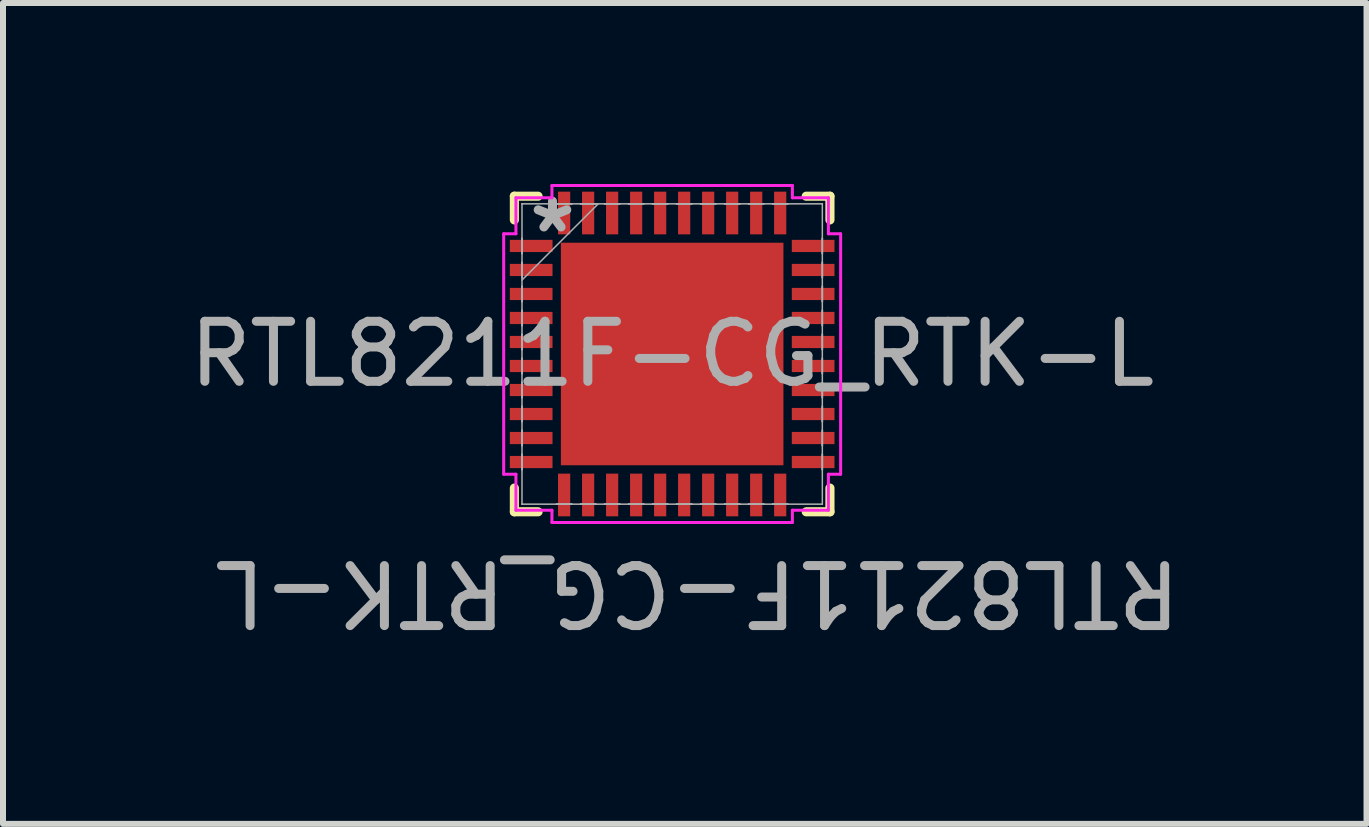
<source format=kicad_pcb>
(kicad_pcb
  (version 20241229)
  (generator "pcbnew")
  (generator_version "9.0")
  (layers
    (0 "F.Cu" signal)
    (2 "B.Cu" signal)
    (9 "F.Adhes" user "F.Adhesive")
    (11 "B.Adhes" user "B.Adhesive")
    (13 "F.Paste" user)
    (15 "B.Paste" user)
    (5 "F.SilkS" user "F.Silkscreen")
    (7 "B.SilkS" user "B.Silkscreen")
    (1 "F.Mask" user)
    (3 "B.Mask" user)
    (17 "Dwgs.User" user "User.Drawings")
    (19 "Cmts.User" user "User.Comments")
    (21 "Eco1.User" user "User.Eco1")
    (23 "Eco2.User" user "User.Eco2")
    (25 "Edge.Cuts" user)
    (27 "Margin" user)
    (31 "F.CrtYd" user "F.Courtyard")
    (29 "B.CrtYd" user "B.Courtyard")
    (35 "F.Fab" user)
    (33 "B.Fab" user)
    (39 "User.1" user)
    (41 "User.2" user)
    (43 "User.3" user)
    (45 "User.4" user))
  (footprint "RTL8211F-CG_RTK-L"
    (layer "F.Cu")
    (at 8.149 2.848)
    (property "Reference" "RTL8211F-CG_RTK-L" (at 0.42 3.98 180) (unlocked yes) (layer "F.Fab") (effects (font (size 1 1) (thickness 0.15))))
    (attr smd)
    (fp_line (start -2.629 -2.629) (end -2.629 -2.234) (stroke (width 0.152) (type solid)) (layer "F.SilkS"))
    (fp_line (start -2.629 2.234) (end -2.629 2.629) (stroke (width 0.152) (type solid)) (layer "F.SilkS"))
    (fp_line (start -2.629 2.629) (end -2.234 2.629) (stroke (width 0.152) (type solid)) (layer "F.SilkS"))
    (fp_line (start -2.234 -2.629) (end -2.629 -2.629) (stroke (width 0.152) (type solid)) (layer "F.SilkS"))
    (fp_line (start 2.234 2.629) (end 2.629 2.629) (stroke (width 0.152) (type solid)) (layer "F.SilkS"))
    (fp_line (start 2.629 -2.629) (end 2.234 -2.629) (stroke (width 0.152) (type solid)) (layer "F.SilkS"))
    (fp_line (start 2.629 -2.234) (end 2.629 -2.629) (stroke (width 0.152) (type solid)) (layer "F.SilkS"))
    (fp_line (start 2.629 2.629) (end 2.629 2.234) (stroke (width 0.152) (type solid)) (layer "F.SilkS"))
    (fp_poly (pts (xy -1.55 -1.55) (xy -1.55 -0.15) (xy -0.15 -0.15) (xy -0.15 -1.55)) (stroke (width 0) (type solid)) (fill yes) (layer "F.Paste"))
    (fp_poly (pts (xy -1.55 0.15) (xy -1.55 1.55) (xy -0.15 1.55) (xy -0.15 0.15)) (stroke (width 0) (type solid)) (fill yes) (layer "F.Paste"))
    (fp_poly (pts (xy 0.15 -1.55) (xy 0.15 -0.15) (xy 1.55 -0.15) (xy 1.55 -1.55)) (stroke (width 0) (type solid)) (fill yes) (layer "F.Paste"))
    (fp_poly (pts (xy 0.15 0.15) (xy 0.15 1.55) (xy 1.55 1.55) (xy 1.55 0.15)) (stroke (width 0) (type solid)) (fill yes) (layer "F.Paste"))
    (fp_line (start -2.807 -2.003) (end -2.603 -2.003) (stroke (width 0.05) (type solid)) (layer "F.CrtYd"))
    (fp_line (start -2.807 2.003) (end -2.807 -2.003) (stroke (width 0.05) (type solid)) (layer "F.CrtYd"))
    (fp_line (start -2.603 -2.603) (end -2.003 -2.603) (stroke (width 0.05) (type solid)) (layer "F.CrtYd"))
    (fp_line (start -2.603 -2.003) (end -2.603 -2.603) (stroke (width 0.05) (type solid)) (layer "F.CrtYd"))
    (fp_line (start -2.603 2.003) (end -2.807 2.003) (stroke (width 0.05) (type solid)) (layer "F.CrtYd"))
    (fp_line (start -2.603 2.603) (end -2.603 2.003) (stroke (width 0.05) (type solid)) (layer "F.CrtYd"))
    (fp_line (start -2.003 -2.807) (end 2.003 -2.807) (stroke (width 0.05) (type solid)) (layer "F.CrtYd"))
    (fp_line (start -2.003 -2.603) (end -2.003 -2.807) (stroke (width 0.05) (type solid)) (layer "F.CrtYd"))
    (fp_line (start -2.003 2.603) (end -2.603 2.603) (stroke (width 0.05) (type solid)) (layer "F.CrtYd"))
    (fp_line (start -2.003 2.807) (end -2.003 2.603) (stroke (width 0.05) (type solid)) (layer "F.CrtYd"))
    (fp_line (start 2.003 -2.807) (end 2.003 -2.603) (stroke (width 0.05) (type solid)) (layer "F.CrtYd"))
    (fp_line (start 2.003 -2.603) (end 2.603 -2.603) (stroke (width 0.05) (type solid)) (layer "F.CrtYd"))
    (fp_line (start 2.003 2.603) (end 2.003 2.807) (stroke (width 0.05) (type solid)) (layer "F.CrtYd"))
    (fp_line (start 2.003 2.807) (end -2.003 2.807) (stroke (width 0.05) (type solid)) (layer "F.CrtYd"))
    (fp_line (start 2.603 -2.603) (end 2.603 -2.003) (stroke (width 0.05) (type solid)) (layer "F.CrtYd"))
    (fp_line (start 2.603 -2.003) (end 2.807 -2.003) (stroke (width 0.05) (type solid)) (layer "F.CrtYd"))
    (fp_line (start 2.603 2.003) (end 2.603 2.603) (stroke (width 0.05) (type solid)) (layer "F.CrtYd"))
    (fp_line (start 2.603 2.603) (end 2.003 2.603) (stroke (width 0.05) (type solid)) (layer "F.CrtYd"))
    (fp_line (start 2.807 -2.003) (end 2.807 2.003) (stroke (width 0.05) (type solid)) (layer "F.CrtYd"))
    (fp_line (start 2.807 2.003) (end 2.603 2.003) (stroke (width 0.05) (type solid)) (layer "F.CrtYd"))
    (fp_line (start -2.502 -2.502) (end -2.502 -2.502) (stroke (width 0.025) (type solid)) (layer "F.Fab"))
    (fp_line (start -2.502 -2.502) (end -2.502 2.502) (stroke (width 0.025) (type solid)) (layer "F.Fab"))
    (fp_line (start -2.502 -1.927) (end -2.502 -1.927) (stroke (width 0.025) (type solid)) (layer "F.Fab"))
    (fp_line (start -2.502 -1.927) (end -2.502 -1.673) (stroke (width 0.025) (type solid)) (layer "F.Fab"))
    (fp_line (start -2.502 -1.673) (end -2.502 -1.927) (stroke (width 0.025) (type solid)) (layer "F.Fab"))
    (fp_line (start -2.502 -1.673) (end -2.502 -1.673) (stroke (width 0.025) (type solid)) (layer "F.Fab"))
    (fp_line (start -2.502 -1.527) (end -2.502 -1.527) (stroke (width 0.025) (type solid)) (layer "F.Fab"))
    (fp_line (start -2.502 -1.527) (end -2.502 -1.273) (stroke (width 0.025) (type solid)) (layer "F.Fab"))
    (fp_line (start -2.502 -1.273) (end -2.502 -1.527) (stroke (width 0.025) (type solid)) (layer "F.Fab"))
    (fp_line (start -2.502 -1.273) (end -2.502 -1.273) (stroke (width 0.025) (type solid)) (layer "F.Fab"))
    (fp_line (start -2.502 -1.232) (end -1.232 -2.502) (stroke (width 0.025) (type solid)) (layer "F.Fab"))
    (fp_line (start -2.502 -1.127) (end -2.502 -1.127) (stroke (width 0.025) (type solid)) (layer "F.Fab"))
    (fp_line (start -2.502 -1.127) (end -2.502 -0.873) (stroke (width 0.025) (type solid)) (layer "F.Fab"))
    (fp_line (start -2.502 -0.873) (end -2.502 -1.127) (stroke (width 0.025) (type solid)) (layer "F.Fab"))
    (fp_line (start -2.502 -0.873) (end -2.502 -0.873) (stroke (width 0.025) (type solid)) (layer "F.Fab"))
    (fp_line (start -2.502 -0.727) (end -2.502 -0.727) (stroke (width 0.025) (type solid)) (layer "F.Fab"))
    (fp_line (start -2.502 -0.727) (end -2.502 -0.473) (stroke (width 0.025) (type solid)) (layer "F.Fab"))
    (fp_line (start -2.502 -0.473) (end -2.502 -0.727) (stroke (width 0.025) (type solid)) (layer "F.Fab"))
    (fp_line (start -2.502 -0.473) (end -2.502 -0.473) (stroke (width 0.025) (type solid)) (layer "F.Fab"))
    (fp_line (start -2.502 -0.327) (end -2.502 -0.327) (stroke (width 0.025) (type solid)) (layer "F.Fab"))
    (fp_line (start -2.502 -0.327) (end -2.502 -0.073) (stroke (width 0.025) (type solid)) (layer "F.Fab"))
    (fp_line (start -2.502 -0.073) (end -2.502 -0.327) (stroke (width 0.025) (type solid)) (layer "F.Fab"))
    (fp_line (start -2.502 -0.073) (end -2.502 -0.073) (stroke (width 0.025) (type solid)) (layer "F.Fab"))
    (fp_line (start -2.502 0.073) (end -2.502 0.073) (stroke (width 0.025) (type solid)) (layer "F.Fab"))
    (fp_line (start -2.502 0.073) (end -2.502 0.327) (stroke (width 0.025) (type solid)) (layer "F.Fab"))
    (fp_line (start -2.502 0.327) (end -2.502 0.073) (stroke (width 0.025) (type solid)) (layer "F.Fab"))
    (fp_line (start -2.502 0.327) (end -2.502 0.327) (stroke (width 0.025) (type solid)) (layer "F.Fab"))
    (fp_line (start -2.502 0.473) (end -2.502 0.473) (stroke (width 0.025) (type solid)) (layer "F.Fab"))
    (fp_line (start -2.502 0.473) (end -2.502 0.727) (stroke (width 0.025) (type solid)) (layer "F.Fab"))
    (fp_line (start -2.502 0.727) (end -2.502 0.473) (stroke (width 0.025) (type solid)) (layer "F.Fab"))
    (fp_line (start -2.502 0.727) (end -2.502 0.727) (stroke (width 0.025) (type solid)) (layer "F.Fab"))
    (fp_line (start -2.502 0.873) (end -2.502 0.873) (stroke (width 0.025) (type solid)) (layer "F.Fab"))
    (fp_line (start -2.502 0.873) (end -2.502 1.127) (stroke (width 0.025) (type solid)) (layer "F.Fab"))
    (fp_line (start -2.502 1.127) (end -2.502 0.873) (stroke (width 0.025) (type solid)) (layer "F.Fab"))
    (fp_line (start -2.502 1.127) (end -2.502 1.127) (stroke (width 0.025) (type solid)) (layer "F.Fab"))
    (fp_line (start -2.502 1.273) (end -2.502 1.273) (stroke (width 0.025) (type solid)) (layer "F.Fab"))
    (fp_line (start -2.502 1.273) (end -2.502 1.527) (stroke (width 0.025) (type solid)) (layer "F.Fab"))
    (fp_line (start -2.502 1.527) (end -2.502 1.273) (stroke (width 0.025) (type solid)) (layer "F.Fab"))
    (fp_line (start -2.502 1.527) (end -2.502 1.527) (stroke (width 0.025) (type solid)) (layer "F.Fab"))
    (fp_line (start -2.502 1.673) (end -2.502 1.673) (stroke (width 0.025) (type solid)) (layer "F.Fab"))
    (fp_line (start -2.502 1.673) (end -2.502 1.927) (stroke (width 0.025) (type solid)) (layer "F.Fab"))
    (fp_line (start -2.502 1.927) (end -2.502 1.673) (stroke (width 0.025) (type solid)) (layer "F.Fab"))
    (fp_line (start -2.502 1.927) (end -2.502 1.927) (stroke (width 0.025) (type solid)) (layer "F.Fab"))
    (fp_line (start -2.502 2.502) (end -2.502 2.502) (stroke (width 0.025) (type solid)) (layer "F.Fab"))
    (fp_line (start -2.502 2.502) (end 2.502 2.502) (stroke (width 0.025) (type solid)) (layer "F.Fab"))
    (fp_line (start -1.927 -2.502) (end -1.927 -2.502) (stroke (width 0.025) (type solid)) (layer "F.Fab"))
    (fp_line (start -1.927 -2.502) (end -1.673 -2.502) (stroke (width 0.025) (type solid)) (layer "F.Fab"))
    (fp_line (start -1.927 2.502) (end -1.927 2.502) (stroke (width 0.025) (type solid)) (layer "F.Fab"))
    (fp_line (start -1.927 2.502) (end -1.673 2.502) (stroke (width 0.025) (type solid)) (layer "F.Fab"))
    (fp_line (start -1.673 -2.502) (end -1.927 -2.502) (stroke (width 0.025) (type solid)) (layer "F.Fab"))
    (fp_line (start -1.673 -2.502) (end -1.673 -2.502) (stroke (width 0.025) (type solid)) (layer "F.Fab"))
    (fp_line (start -1.673 2.502) (end -1.927 2.502) (stroke (width 0.025) (type solid)) (layer "F.Fab"))
    (fp_line (start -1.673 2.502) (end -1.673 2.502) (stroke (width 0.025) (type solid)) (layer "F.Fab"))
    (fp_line (start -1.527 -2.502) (end -1.527 -2.502) (stroke (width 0.025) (type solid)) (layer "F.Fab"))
    (fp_line (start -1.527 -2.502) (end -1.273 -2.502) (stroke (width 0.025) (type solid)) (layer "F.Fab"))
    (fp_line (start -1.527 2.502) (end -1.527 2.502) (stroke (width 0.025) (type solid)) (layer "F.Fab"))
    (fp_line (start -1.527 2.502) (end -1.273 2.502) (stroke (width 0.025) (type solid)) (layer "F.Fab"))
    (fp_line (start -1.273 -2.502) (end -1.527 -2.502) (stroke (width 0.025) (type solid)) (layer "F.Fab"))
    (fp_line (start -1.273 -2.502) (end -1.273 -2.502) (stroke (width 0.025) (type solid)) (layer "F.Fab"))
    (fp_line (start -1.273 2.502) (end -1.527 2.502) (stroke (width 0.025) (type solid)) (layer "F.Fab"))
    (fp_line (start -1.273 2.502) (end -1.273 2.502) (stroke (width 0.025) (type solid)) (layer "F.Fab"))
    (fp_line (start -1.127 -2.502) (end -1.127 -2.502) (stroke (width 0.025) (type solid)) (layer "F.Fab"))
    (fp_line (start -1.127 -2.502) (end -0.873 -2.502) (stroke (width 0.025) (type solid)) (layer "F.Fab"))
    (fp_line (start -1.127 2.502) (end -1.127 2.502) (stroke (width 0.025) (type solid)) (layer "F.Fab"))
    (fp_line (start -1.127 2.502) (end -0.873 2.502) (stroke (width 0.025) (type solid)) (layer "F.Fab"))
    (fp_line (start -0.873 -2.502) (end -1.127 -2.502) (stroke (width 0.025) (type solid)) (layer "F.Fab"))
    (fp_line (start -0.873 -2.502) (end -0.873 -2.502) (stroke (width 0.025) (type solid)) (layer "F.Fab"))
    (fp_line (start -0.873 2.502) (end -1.127 2.502) (stroke (width 0.025) (type solid)) (layer "F.Fab"))
    (fp_line (start -0.873 2.502) (end -0.873 2.502) (stroke (width 0.025) (type solid)) (layer "F.Fab"))
    (fp_line (start -0.727 -2.502) (end -0.727 -2.502) (stroke (width 0.025) (type solid)) (layer "F.Fab"))
    (fp_line (start -0.727 -2.502) (end -0.473 -2.502) (stroke (width 0.025) (type solid)) (layer "F.Fab"))
    (fp_line (start -0.727 2.502) (end -0.727 2.502) (stroke (width 0.025) (type solid)) (layer "F.Fab"))
    (fp_line (start -0.727 2.502) (end -0.473 2.502) (stroke (width 0.025) (type solid)) (layer "F.Fab"))
    (fp_line (start -0.473 -2.502) (end -0.727 -2.502) (stroke (width 0.025) (type solid)) (layer "F.Fab"))
    (fp_line (start -0.473 -2.502) (end -0.473 -2.502) (stroke (width 0.025) (type solid)) (layer "F.Fab"))
    (fp_line (start -0.473 2.502) (end -0.727 2.502) (stroke (width 0.025) (type solid)) (layer "F.Fab"))
    (fp_line (start -0.473 2.502) (end -0.473 2.502) (stroke (width 0.025) (type solid)) (layer "F.Fab"))
    (fp_line (start -0.327 -2.502) (end -0.327 -2.502) (stroke (width 0.025) (type solid)) (layer "F.Fab"))
    (fp_line (start -0.327 -2.502) (end -0.073 -2.502) (stroke (width 0.025) (type solid)) (layer "F.Fab"))
    (fp_line (start -0.327 2.502) (end -0.327 2.502) (stroke (width 0.025) (type solid)) (layer "F.Fab"))
    (fp_line (start -0.327 2.502) (end -0.073 2.502) (stroke (width 0.025) (type solid)) (layer "F.Fab"))
    (fp_line (start -0.073 -2.502) (end -0.327 -2.502) (stroke (width 0.025) (type solid)) (layer "F.Fab"))
    (fp_line (start -0.073 -2.502) (end -0.073 -2.502) (stroke (width 0.025) (type solid)) (layer "F.Fab"))
    (fp_line (start -0.073 2.502) (end -0.327 2.502) (stroke (width 0.025) (type solid)) (layer "F.Fab"))
    (fp_line (start -0.073 2.502) (end -0.073 2.502) (stroke (width 0.025) (type solid)) (layer "F.Fab"))
    (fp_line (start 0.073 -2.502) (end 0.073 -2.502) (stroke (width 0.025) (type solid)) (layer "F.Fab"))
    (fp_line (start 0.073 -2.502) (end 0.327 -2.502) (stroke (width 0.025) (type solid)) (layer "F.Fab"))
    (fp_line (start 0.073 2.502) (end 0.073 2.502) (stroke (width 0.025) (type solid)) (layer "F.Fab"))
    (fp_line (start 0.073 2.502) (end 0.327 2.502) (stroke (width 0.025) (type solid)) (layer "F.Fab"))
    (fp_line (start 0.327 -2.502) (end 0.073 -2.502) (stroke (width 0.025) (type solid)) (layer "F.Fab"))
    (fp_line (start 0.327 -2.502) (end 0.327 -2.502) (stroke (width 0.025) (type solid)) (layer "F.Fab"))
    (fp_line (start 0.327 2.502) (end 0.073 2.502) (stroke (width 0.025) (type solid)) (layer "F.Fab"))
    (fp_line (start 0.327 2.502) (end 0.327 2.502) (stroke (width 0.025) (type solid)) (layer "F.Fab"))
    (fp_line (start 0.473 -2.502) (end 0.473 -2.502) (stroke (width 0.025) (type solid)) (layer "F.Fab"))
    (fp_line (start 0.473 -2.502) (end 0.727 -2.502) (stroke (width 0.025) (type solid)) (layer "F.Fab"))
    (fp_line (start 0.473 2.502) (end 0.473 2.502) (stroke (width 0.025) (type solid)) (layer "F.Fab"))
    (fp_line (start 0.473 2.502) (end 0.727 2.502) (stroke (width 0.025) (type solid)) (layer "F.Fab"))
    (fp_line (start 0.727 -2.502) (end 0.473 -2.502) (stroke (width 0.025) (type solid)) (layer "F.Fab"))
    (fp_line (start 0.727 -2.502) (end 0.727 -2.502) (stroke (width 0.025) (type solid)) (layer "F.Fab"))
    (fp_line (start 0.727 2.502) (end 0.473 2.502) (stroke (width 0.025) (type solid)) (layer "F.Fab"))
    (fp_line (start 0.727 2.502) (end 0.727 2.502) (stroke (width 0.025) (type solid)) (layer "F.Fab"))
    (fp_line (start 0.873 -2.502) (end 0.873 -2.502) (stroke (width 0.025) (type solid)) (layer "F.Fab"))
    (fp_line (start 0.873 -2.502) (end 1.127 -2.502) (stroke (width 0.025) (type solid)) (layer "F.Fab"))
    (fp_line (start 0.873 2.502) (end 0.873 2.502) (stroke (width 0.025) (type solid)) (layer "F.Fab"))
    (fp_line (start 0.873 2.502) (end 1.127 2.502) (stroke (width 0.025) (type solid)) (layer "F.Fab"))
    (fp_line (start 1.127 -2.502) (end 0.873 -2.502) (stroke (width 0.025) (type solid)) (layer "F.Fab"))
    (fp_line (start 1.127 -2.502) (end 1.127 -2.502) (stroke (width 0.025) (type solid)) (layer "F.Fab"))
    (fp_line (start 1.127 2.502) (end 0.873 2.502) (stroke (width 0.025) (type solid)) (layer "F.Fab"))
    (fp_line (start 1.127 2.502) (end 1.127 2.502) (stroke (width 0.025) (type solid)) (layer "F.Fab"))
    (fp_line (start 1.273 -2.502) (end 1.273 -2.502) (stroke (width 0.025) (type solid)) (layer "F.Fab"))
    (fp_line (start 1.273 -2.502) (end 1.527 -2.502) (stroke (width 0.025) (type solid)) (layer "F.Fab"))
    (fp_line (start 1.273 2.502) (end 1.273 2.502) (stroke (width 0.025) (type solid)) (layer "F.Fab"))
    (fp_line (start 1.273 2.502) (end 1.527 2.502) (stroke (width 0.025) (type solid)) (layer "F.Fab"))
    (fp_line (start 1.527 -2.502) (end 1.273 -2.502) (stroke (width 0.025) (type solid)) (layer "F.Fab"))
    (fp_line (start 1.527 -2.502) (end 1.527 -2.502) (stroke (width 0.025) (type solid)) (layer "F.Fab"))
    (fp_line (start 1.527 2.502) (end 1.273 2.502) (stroke (width 0.025) (type solid)) (layer "F.Fab"))
    (fp_line (start 1.527 2.502) (end 1.527 2.502) (stroke (width 0.025) (type solid)) (layer "F.Fab"))
    (fp_line (start 1.673 -2.502) (end 1.673 -2.502) (stroke (width 0.025) (type solid)) (layer "F.Fab"))
    (fp_line (start 1.673 -2.502) (end 1.927 -2.502) (stroke (width 0.025) (type solid)) (layer "F.Fab"))
    (fp_line (start 1.673 2.502) (end 1.673 2.502) (stroke (width 0.025) (type solid)) (layer "F.Fab"))
    (fp_line (start 1.673 2.502) (end 1.927 2.502) (stroke (width 0.025) (type solid)) (layer "F.Fab"))
    (fp_line (start 1.927 -2.502) (end 1.673 -2.502) (stroke (width 0.025) (type solid)) (layer "F.Fab"))
    (fp_line (start 1.927 -2.502) (end 1.927 -2.502) (stroke (width 0.025) (type solid)) (layer "F.Fab"))
    (fp_line (start 1.927 2.502) (end 1.673 2.502) (stroke (width 0.025) (type solid)) (layer "F.Fab"))
    (fp_line (start 1.927 2.502) (end 1.927 2.502) (stroke (width 0.025) (type solid)) (layer "F.Fab"))
    (fp_line (start 2.502 -2.502) (end -2.502 -2.502) (stroke (width 0.025) (type solid)) (layer "F.Fab"))
    (fp_line (start 2.502 -2.502) (end 2.502 -2.502) (stroke (width 0.025) (type solid)) (layer "F.Fab"))
    (fp_line (start 2.502 -1.927) (end 2.502 -1.927) (stroke (width 0.025) (type solid)) (layer "F.Fab"))
    (fp_line (start 2.502 -1.927) (end 2.502 -1.673) (stroke (width 0.025) (type solid)) (layer "F.Fab"))
    (fp_line (start 2.502 -1.673) (end 2.502 -1.927) (stroke (width 0.025) (type solid)) (layer "F.Fab"))
    (fp_line (start 2.502 -1.673) (end 2.502 -1.673) (stroke (width 0.025) (type solid)) (layer "F.Fab"))
    (fp_line (start 2.502 -1.527) (end 2.502 -1.527) (stroke (width 0.025) (type solid)) (layer "F.Fab"))
    (fp_line (start 2.502 -1.527) (end 2.502 -1.273) (stroke (width 0.025) (type solid)) (layer "F.Fab"))
    (fp_line (start 2.502 -1.273) (end 2.502 -1.527) (stroke (width 0.025) (type solid)) (layer "F.Fab"))
    (fp_line (start 2.502 -1.273) (end 2.502 -1.273) (stroke (width 0.025) (type solid)) (layer "F.Fab"))
    (fp_line (start 2.502 -1.127) (end 2.502 -1.127) (stroke (width 0.025) (type solid)) (layer "F.Fab"))
    (fp_line (start 2.502 -1.127) (end 2.502 -0.873) (stroke (width 0.025) (type solid)) (layer "F.Fab"))
    (fp_line (start 2.502 -0.873) (end 2.502 -1.127) (stroke (width 0.025) (type solid)) (layer "F.Fab"))
    (fp_line (start 2.502 -0.873) (end 2.502 -0.873) (stroke (width 0.025) (type solid)) (layer "F.Fab"))
    (fp_line (start 2.502 -0.727) (end 2.502 -0.727) (stroke (width 0.025) (type solid)) (layer "F.Fab"))
    (fp_line (start 2.502 -0.727) (end 2.502 -0.473) (stroke (width 0.025) (type solid)) (layer "F.Fab"))
    (fp_line (start 2.502 -0.473) (end 2.502 -0.727) (stroke (width 0.025) (type solid)) (layer "F.Fab"))
    (fp_line (start 2.502 -0.473) (end 2.502 -0.473) (stroke (width 0.025) (type solid)) (layer "F.Fab"))
    (fp_line (start 2.502 -0.327) (end 2.502 -0.327) (stroke (width 0.025) (type solid)) (layer "F.Fab"))
    (fp_line (start 2.502 -0.327) (end 2.502 -0.073) (stroke (width 0.025) (type solid)) (layer "F.Fab"))
    (fp_line (start 2.502 -0.073) (end 2.502 -0.327) (stroke (width 0.025) (type solid)) (layer "F.Fab"))
    (fp_line (start 2.502 -0.073) (end 2.502 -0.073) (stroke (width 0.025) (type solid)) (layer "F.Fab"))
    (fp_line (start 2.502 0.073) (end 2.502 0.073) (stroke (width 0.025) (type solid)) (layer "F.Fab"))
    (fp_line (start 2.502 0.073) (end 2.502 0.327) (stroke (width 0.025) (type solid)) (layer "F.Fab"))
    (fp_line (start 2.502 0.327) (end 2.502 0.073) (stroke (width 0.025) (type solid)) (layer "F.Fab"))
    (fp_line (start 2.502 0.327) (end 2.502 0.327) (stroke (width 0.025) (type solid)) (layer "F.Fab"))
    (fp_line (start 2.502 0.473) (end 2.502 0.473) (stroke (width 0.025) (type solid)) (layer "F.Fab"))
    (fp_line (start 2.502 0.473) (end 2.502 0.727) (stroke (width 0.025) (type solid)) (layer "F.Fab"))
    (fp_line (start 2.502 0.727) (end 2.502 0.473) (stroke (width 0.025) (type solid)) (layer "F.Fab"))
    (fp_line (start 2.502 0.727) (end 2.502 0.727) (stroke (width 0.025) (type solid)) (layer "F.Fab"))
    (fp_line (start 2.502 0.873) (end 2.502 0.873) (stroke (width 0.025) (type solid)) (layer "F.Fab"))
    (fp_line (start 2.502 0.873) (end 2.502 1.127) (stroke (width 0.025) (type solid)) (layer "F.Fab"))
    (fp_line (start 2.502 1.127) (end 2.502 0.873) (stroke (width 0.025) (type solid)) (layer "F.Fab"))
    (fp_line (start 2.502 1.127) (end 2.502 1.127) (stroke (width 0.025) (type solid)) (layer "F.Fab"))
    (fp_line (start 2.502 1.273) (end 2.502 1.273) (stroke (width 0.025) (type solid)) (layer "F.Fab"))
    (fp_line (start 2.502 1.273) (end 2.502 1.527) (stroke (width 0.025) (type solid)) (layer "F.Fab"))
    (fp_line (start 2.502 1.527) (end 2.502 1.273) (stroke (width 0.025) (type solid)) (layer "F.Fab"))
    (fp_line (start 2.502 1.527) (end 2.502 1.527) (stroke (width 0.025) (type solid)) (layer "F.Fab"))
    (fp_line (start 2.502 1.673) (end 2.502 1.673) (stroke (width 0.025) (type solid)) (layer "F.Fab"))
    (fp_line (start 2.502 1.673) (end 2.502 1.927) (stroke (width 0.025) (type solid)) (layer "F.Fab"))
    (fp_line (start 2.502 1.927) (end 2.502 1.673) (stroke (width 0.025) (type solid)) (layer "F.Fab"))
    (fp_line (start 2.502 1.927) (end 2.502 1.927) (stroke (width 0.025) (type solid)) (layer "F.Fab"))
    (fp_line (start 2.502 2.502) (end 2.502 -2.502) (stroke (width 0.025) (type solid)) (layer "F.Fab"))
    (fp_line (start 2.502 2.502) (end 2.502 2.502) (stroke (width 0.025) (type solid)) (layer "F.Fab"))
    (fp_text user "*" (at -1.994 -2 0) (unlocked yes) (layer "F.Fab") (effects (font (size 1 1) (thickness 0.15))))
    (fp_text user "${REFERENCE}" (at 0 0 0) (unlocked yes) (layer "F.Fab") (effects (font (size 1 1) (thickness 0.15))))
    (pad "1" smd rect (at -2.349 -1.8 90) (size 0.203 0.711) (layers "F.Cu" "F.Mask" "F.Paste"))
    (pad "2" smd rect (at -2.349 -1.4 90) (size 0.203 0.711) (layers "F.Cu" "F.Mask" "F.Paste"))
    (pad "3" smd rect (at -2.349 -1 90) (size 0.203 0.711) (layers "F.Cu" "F.Mask" "F.Paste"))
    (pad "4" smd rect (at -2.349 -0.6 90) (size 0.203 0.711) (layers "F.Cu" "F.Mask" "F.Paste"))
    (pad "5" smd rect (at -2.349 -0.2 90) (size 0.203 0.711) (layers "F.Cu" "F.Mask" "F.Paste"))
    (pad "6" smd rect (at -2.349 0.2 90) (size 0.203 0.711) (layers "F.Cu" "F.Mask" "F.Paste"))
    (pad "7" smd rect (at -2.349 0.6 90) (size 0.203 0.711) (layers "F.Cu" "F.Mask" "F.Paste"))
    (pad "8" smd rect (at -2.349 1 90) (size 0.203 0.711) (layers "F.Cu" "F.Mask" "F.Paste"))
    (pad "9" smd rect (at -2.349 1.4 90) (size 0.203 0.711) (layers "F.Cu" "F.Mask" "F.Paste"))
    (pad "10" smd rect (at -2.349 1.8 90) (size 0.203 0.711) (layers "F.Cu" "F.Mask" "F.Paste"))
    (pad "11" smd rect (at -1.8 2.349) (size 0.203 0.711) (layers "F.Cu" "F.Mask" "F.Paste"))
    (pad "12" smd rect (at -1.4 2.349) (size 0.203 0.711) (layers "F.Cu" "F.Mask" "F.Paste"))
    (pad "13" smd rect (at -1 2.349) (size 0.203 0.711) (layers "F.Cu" "F.Mask" "F.Paste"))
    (pad "14" smd rect (at -0.6 2.349) (size 0.203 0.711) (layers "F.Cu" "F.Mask" "F.Paste"))
    (pad "15" smd rect (at -0.2 2.349) (size 0.203 0.711) (layers "F.Cu" "F.Mask" "F.Paste"))
    (pad "16" smd rect (at 0.2 2.349) (size 0.203 0.711) (layers "F.Cu" "F.Mask" "F.Paste"))
    (pad "17" smd rect (at 0.6 2.349) (size 0.203 0.711) (layers "F.Cu" "F.Mask" "F.Paste"))
    (pad "18" smd rect (at 1 2.349) (size 0.203 0.711) (layers "F.Cu" "F.Mask" "F.Paste"))
    (pad "19" smd rect (at 1.4 2.349) (size 0.203 0.711) (layers "F.Cu" "F.Mask" "F.Paste"))
    (pad "20" smd rect (at 1.8 2.349) (size 0.203 0.711) (layers "F.Cu" "F.Mask" "F.Paste"))
    (pad "21" smd rect (at 2.349 1.8 90) (size 0.203 0.711) (layers "F.Cu" "F.Mask" "F.Paste"))
    (pad "22" smd rect (at 2.349 1.4 90) (size 0.203 0.711) (layers "F.Cu" "F.Mask" "F.Paste"))
    (pad "23" smd rect (at 2.349 1 90) (size 0.203 0.711) (layers "F.Cu" "F.Mask" "F.Paste"))
    (pad "24" smd rect (at 2.349 0.6 90) (size 0.203 0.711) (layers "F.Cu" "F.Mask" "F.Paste"))
    (pad "25" smd rect (at 2.349 0.2 90) (size 0.203 0.711) (layers "F.Cu" "F.Mask" "F.Paste"))
    (pad "26" smd rect (at 2.349 -0.2 90) (size 0.203 0.711) (layers "F.Cu" "F.Mask" "F.Paste"))
    (pad "27" smd rect (at 2.349 -0.6 90) (size 0.203 0.711) (layers "F.Cu" "F.Mask" "F.Paste"))
    (pad "28" smd rect (at 2.349 -1 90) (size 0.203 0.711) (layers "F.Cu" "F.Mask" "F.Paste"))
    (pad "29" smd rect (at 2.349 -1.4 90) (size 0.203 0.711) (layers "F.Cu" "F.Mask" "F.Paste"))
    (pad "30" smd rect (at 2.349 -1.8 90) (size 0.203 0.711) (layers "F.Cu" "F.Mask" "F.Paste"))
    (pad "31" smd rect (at 1.8 -2.349) (size 0.203 0.711) (layers "F.Cu" "F.Mask" "F.Paste"))
    (pad "32" smd rect (at 1.4 -2.349) (size 0.203 0.711) (layers "F.Cu" "F.Mask" "F.Paste"))
    (pad "33" smd rect (at 1 -2.349) (size 0.203 0.711) (layers "F.Cu" "F.Mask" "F.Paste"))
    (pad "34" smd rect (at 0.6 -2.349) (size 0.203 0.711) (layers "F.Cu" "F.Mask" "F.Paste"))
    (pad "35" smd rect (at 0.2 -2.349) (size 0.203 0.711) (layers "F.Cu" "F.Mask" "F.Paste"))
    (pad "36" smd rect (at -0.2 -2.349) (size 0.203 0.711) (layers "F.Cu" "F.Mask" "F.Paste"))
    (pad "37" smd rect (at -0.6 -2.349) (size 0.203 0.711) (layers "F.Cu" "F.Mask" "F.Paste"))
    (pad "38" smd rect (at -1 -2.349) (size 0.203 0.711) (layers "F.Cu" "F.Mask" "F.Paste"))
    (pad "39" smd rect (at -1.4 -2.349) (size 0.203 0.711) (layers "F.Cu" "F.Mask" "F.Paste"))
    (pad "40" smd rect (at -1.8 -2.349) (size 0.203 0.711) (layers "F.Cu" "F.Mask" "F.Paste"))
    (pad "41" smd rect (at 0 0) (size 3.708 3.708) (layers "F.Cu" "F.Mask")))
  (gr_rect
    (start -3 -3)
    (end 19.718 10.677)
    (stroke (width 0.1) (type default))
    (fill no)
    (layer "Edge.Cuts")))
</source>
